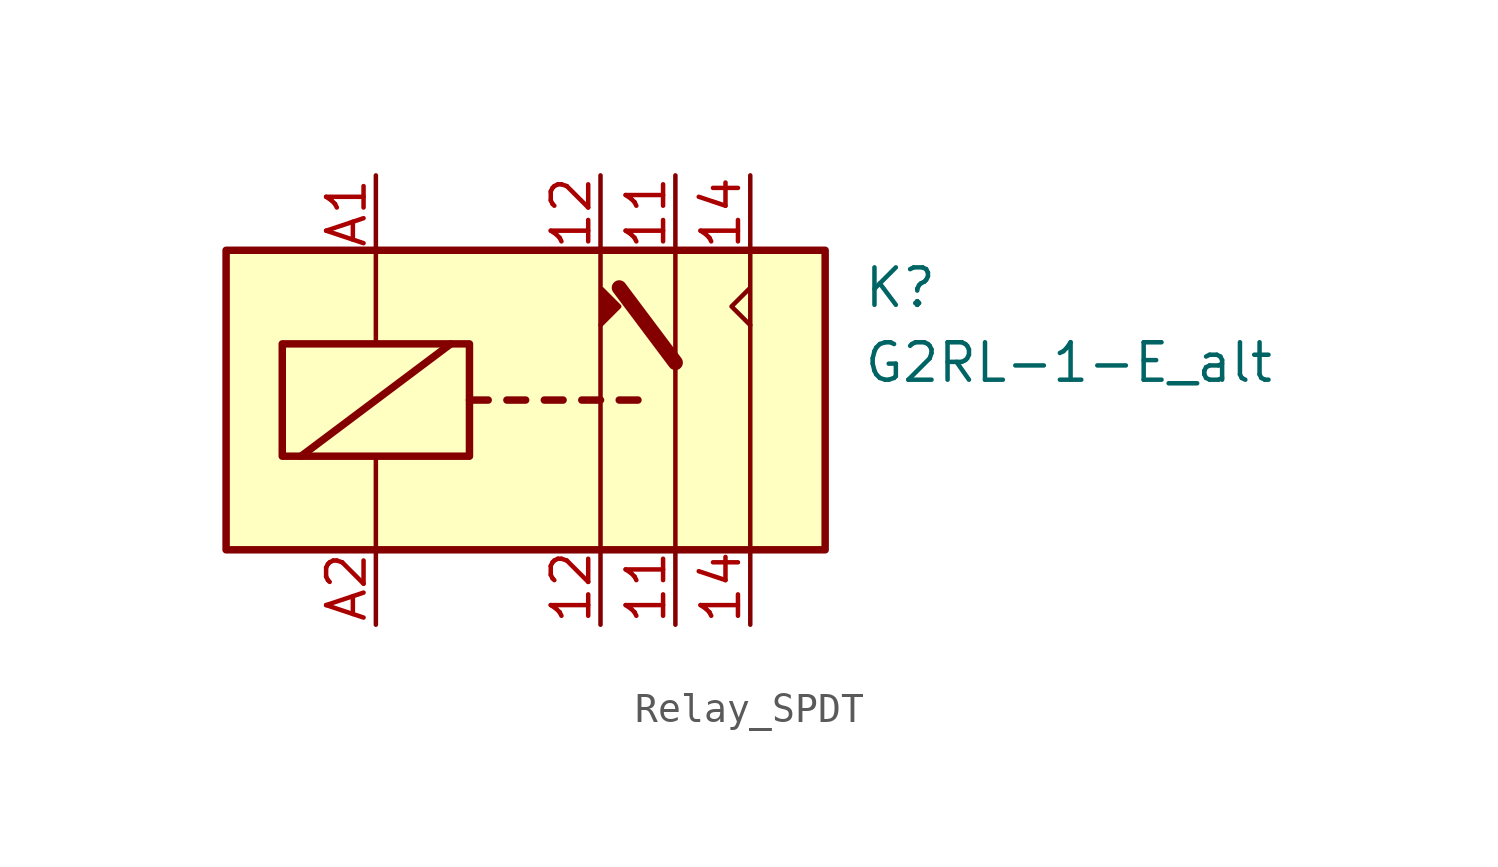
<source format=kicad_sym>
(kicad_symbol_lib
  (version 20231120)
  (generator "kicad_symbol_editor")
  (generator_version "8.0")
  (symbol "Relay_SPDT"
    (property "Reference" "K"
      (at 11.43 3.81 0)
      (effects (font (size 1.27 1.27)) (justify left)))
    (property "Value" "G2RL-1-E_alt"
      (at 11.43 1.27 0)
      (effects (font (size 1.27 1.27)) (justify left)))
    (symbol "Relay_SPDT_0_0"
      (polyline (pts (xy 7.62 5.08) (xy 7.62 2.54) (xy 6.985 3.175) (xy 7.62 3.81)) (stroke (width 0) (type default)) (fill (type none))))
    (symbol "Relay_SPDT_0_1"
      (rectangle (start -10.16 5.08) (end 10.16 -5.08) (stroke (width 0.254) (type default)) (fill (type background)))
      (rectangle (start -8.255 1.905) (end -1.905 -1.905) (stroke (width 0.254) (type default)) (fill (type none)))
      (polyline (pts (xy -7.62 -1.905) (xy -2.54 1.905)) (stroke (width 0.254) (type default)) (fill (type none)))
      (polyline (pts (xy -5.08 -5.08) (xy -5.08 -1.905)) (stroke (width 0) (type default)) (fill (type none)))
      (polyline (pts (xy -5.08 5.08) (xy -5.08 1.905)) (stroke (width 0) (type default)) (fill (type none)))
      (polyline (pts (xy -1.905 0) (xy -1.27 0)) (stroke (width 0.254) (type default)) (fill (type none)))
      (polyline (pts (xy -0.635 0) (xy 0 0)) (stroke (width 0.254) (type default)) (fill (type none)))
      (polyline (pts (xy 0.635 0) (xy 1.27 0)) (stroke (width 0.254) (type default)) (fill (type none)))
      (polyline (pts (xy 1.905 0) (xy 2.54 0)) (stroke (width 0.254) (type default)) (fill (type none)))
      (polyline (pts (xy 2.54 2.54) (xy 2.54 -5.08)) (stroke (width 0) (type default)) (fill (type none)))
      (polyline (pts (xy 3.175 0) (xy 3.81 0)) (stroke (width 0.254) (type default)) (fill (type none)))
      (polyline (pts (xy 5.08 1.27) (xy 3.175 3.81)) (stroke (width 0.508) (type default)) (fill (type none)))
      (polyline (pts (xy 5.08 1.27) (xy 5.08 -5.08)) (stroke (width 0) (type default)) (fill (type none)))
      (polyline (pts (xy 5.08 5.08) (xy 5.08 1.27)) (stroke (width 0) (type default)) (fill (type none)))
      (polyline (pts (xy 7.62 2.54) (xy 7.62 -5.08)) (stroke (width 0) (type default)) (fill (type none)))
      (polyline (pts (xy 2.54 5.08) (xy 2.54 2.54) (xy 3.175 3.175) (xy 2.54 3.81)) (stroke (width 0) (type default)) (fill (type outline))))
    (symbol "Relay_SPDT_1_1"
      (pin passive line (at 5.08 -7.62 90) (length 2.54) (name "~" (effects (font (size 1.27 1.27)))) (number "11" (effects (font (size 1.27 1.27)))))
      (pin passive line (at 5.08 7.62 270) (length 2.54) (name "~" (effects (font (size 1.27 1.27)))) (number "11" (effects (font (size 1.27 1.27)))))
      (pin passive line (at 2.54 -7.62 90) (length 2.54) (name "~" (effects (font (size 1.27 1.27)))) (number "12" (effects (font (size 1.27 1.27)))))
      (pin passive line (at 2.54 7.62 270) (length 2.54) (name "~" (effects (font (size 1.27 1.27)))) (number "12" (effects (font (size 1.27 1.27)))))
      (pin passive line (at 7.62 -7.62 90) (length 2.54) (name "~" (effects (font (size 1.27 1.27)))) (number "14" (effects (font (size 1.27 1.27)))))
      (pin passive line (at 7.62 7.62 270) (length 2.54) (name "~" (effects (font (size 1.27 1.27)))) (number "14" (effects (font (size 1.27 1.27)))))
      (pin passive line (at -5.08 7.62 270) (length 2.54) (name "~" (effects (font (size 1.27 1.27)))) (number "A1" (effects (font (size 1.27 1.27)))))
      (pin passive line (at -5.08 -7.62 90) (length 2.54) (name "~" (effects (font (size 1.27 1.27)))) (number "A2" (effects (font (size 1.27 1.27))))))))
</source>
